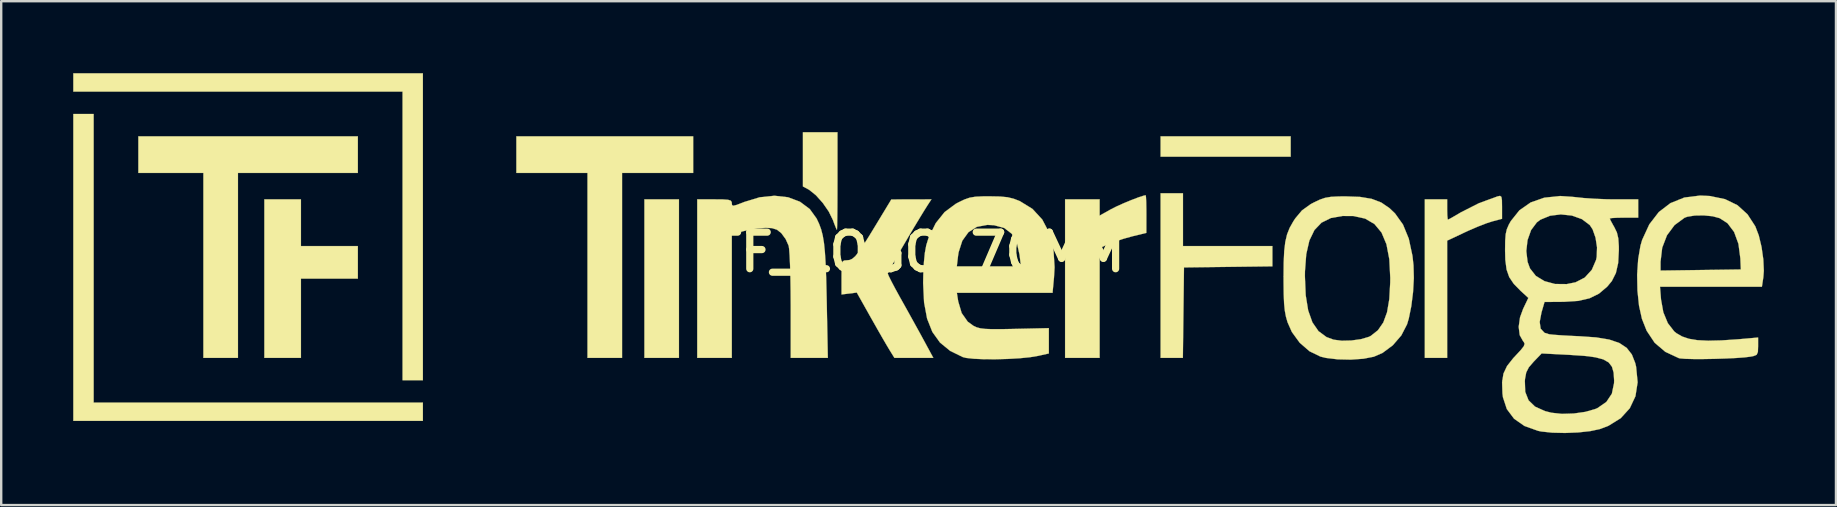
<source format=kicad_pcb>
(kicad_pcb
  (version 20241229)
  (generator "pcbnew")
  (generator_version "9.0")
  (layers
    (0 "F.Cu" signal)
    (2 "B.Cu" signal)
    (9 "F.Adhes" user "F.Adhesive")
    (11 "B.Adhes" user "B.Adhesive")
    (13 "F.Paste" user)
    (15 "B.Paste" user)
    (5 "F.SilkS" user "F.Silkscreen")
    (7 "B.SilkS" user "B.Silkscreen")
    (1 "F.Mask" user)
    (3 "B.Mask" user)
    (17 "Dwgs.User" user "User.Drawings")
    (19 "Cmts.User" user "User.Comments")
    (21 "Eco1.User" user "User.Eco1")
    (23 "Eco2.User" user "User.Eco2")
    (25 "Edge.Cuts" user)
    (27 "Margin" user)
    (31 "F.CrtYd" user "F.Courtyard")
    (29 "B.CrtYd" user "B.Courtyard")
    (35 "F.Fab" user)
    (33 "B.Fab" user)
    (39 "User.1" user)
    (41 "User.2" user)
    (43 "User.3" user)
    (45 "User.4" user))
  (footprint "TF_LOGO_70MM"
    (layer "F.Cu")
    (at 35.226 7.456)
    (property "Reference" "TF_LOGO_70MM" (at 0 0 0) (layer "F.SilkS") (effects (font (size 1.524 1.524) (thickness 0.3))))
    (attr through_hole)
    (fp_poly (pts (xy -9.991 4.403) (xy -11.43 4.403) (xy -11.43 -2.201) (xy -9.991 -2.201) (xy -9.991 4.403)) (stroke (width 0.01) (type solid)) (fill yes) (layer "F.SilkS"))
    (fp_poly (pts (xy 15.494 -3.979) (xy 10.075 -3.979) (xy 10.075 -4.826) (xy 15.494 -4.826) (xy 15.494 -3.979)) (stroke (width 0.01) (type solid)) (fill yes) (layer "F.SilkS"))
    (fp_poly (pts (xy -34.375 6.265) (xy -20.659 6.265) (xy -20.659 7.027) (xy -35.221 7.027) (xy -35.221 -5.757) (xy -34.375 -5.757) (xy -34.375 6.265)) (stroke (width 0.01) (type solid)) (fill yes) (layer "F.SilkS"))
    (fp_poly (pts (xy -20.659 5.334) (xy -21.505 5.334) (xy -21.505 -6.689) (xy -35.221 -6.689) (xy -35.221 -7.451) (xy -20.659 -7.451) (xy -20.659 5.334)) (stroke (width 0.01) (type solid)) (fill yes) (layer "F.SilkS"))
    (fp_poly (pts (xy -25.739 -0.254) (xy -23.368 -0.254) (xy -23.368 1.101) (xy -25.739 1.101) (xy -25.739 4.403) (xy -27.263 4.403) (xy -27.263 -2.201) (xy -25.739 -2.201) (xy -25.739 -0.254)) (stroke (width 0.01) (type solid)) (fill yes) (layer "F.SilkS"))
    (fp_poly (pts (xy -23.368 -3.302) (xy -28.363 -3.302) (xy -28.363 4.403) (xy -29.803 4.403) (xy -29.803 -3.302) (xy -32.512 -3.302) (xy -32.512 -4.826) (xy -23.368 -4.826) (xy -23.368 -3.302)) (stroke (width 0.01) (type solid)) (fill yes) (layer "F.SilkS"))
    (fp_poly (pts (xy -9.398 -3.302) (xy -12.361 -3.302) (xy -12.361 4.403) (xy -13.801 4.403) (xy -13.801 -3.302) (xy -16.764 -3.302) (xy -16.764 -4.826) (xy -9.398 -4.826) (xy -9.398 -3.302)) (stroke (width 0.01) (type solid)) (fill yes) (layer "F.SilkS"))
    (fp_poly (pts (xy 11.007 -0.254) (xy 14.732 -0.254) (xy 14.732 0.589) (xy 11.049 0.635) (xy 11.026 2.519) (xy 11.003 4.403) (xy 10.075 4.403) (xy 10.075 -2.455) (xy 11.007 -2.455) (xy 11.007 -0.254)) (stroke (width 0.01) (type solid)) (fill yes) (layer "F.SilkS"))
    (fp_poly (pts (xy -3.387 -2.963) (xy -3.388 -2.397) (xy -3.39 -1.891) (xy -3.394 -1.47) (xy -3.399 -1.155) (xy -3.405 -0.971) (xy -3.409 -0.931) (xy -3.447 -1.004) (xy -3.521 -1.188) (xy -3.577 -1.341) (xy -3.748 -1.69) (xy -3.999 -2.053) (xy -4.287 -2.374) (xy -4.568 -2.599) (xy -4.604 -2.619) (xy -4.826 -2.738) (xy -4.826 -4.995) (xy -3.387 -4.995) (xy -3.387 -2.963)) (stroke (width 0.01) (type solid)) (fill yes) (layer "F.SilkS"))
    (fp_poly (pts (xy 9.466 -2.292) (xy 9.476 -2.082) (xy 9.481 -1.776) (xy 9.482 -1.587) (xy 9.481 -0.804) (xy 8.911 -0.665) (xy 8.542 -0.563) (xy 8.172 -0.441) (xy 7.938 -0.35) (xy 7.535 -0.175) (xy 7.535 4.403) (xy 6.096 4.403) (xy 6.096 -2.201) (xy 7.535 -2.201) (xy 7.535 -1.523) (xy 7.985 -1.776) (xy 8.222 -1.897) (xy 8.525 -2.034) (xy 8.848 -2.168) (xy 9.144 -2.281) (xy 9.367 -2.354) (xy 9.454 -2.371) (xy 9.466 -2.292)) (stroke (width 0.01) (type solid)) (fill yes) (layer "F.SilkS"))
    (fp_poly (pts (xy 24.272 -2.305) (xy 24.295 -2.167) (xy 24.299 -1.895) (xy 24.299 -1.886) (xy 24.299 -1.39) (xy 23.897 -1.284) (xy 23.637 -1.2) (xy 23.286 -1.063) (xy 22.905 -0.899) (xy 22.754 -0.829) (xy 22.013 -0.48) (xy 22.013 4.403) (xy 21.082 4.403) (xy 21.082 -2.201) (xy 22.013 -2.201) (xy 22.013 -1.778) (xy 22.019 -1.536) (xy 22.034 -1.383) (xy 22.045 -1.355) (xy 22.129 -1.395) (xy 22.316 -1.501) (xy 22.567 -1.649) (xy 22.569 -1.651) (xy 23.337 -2.041) (xy 24.109 -2.323) (xy 24.215 -2.346) (xy 24.272 -2.305)) (stroke (width 0.01) (type solid)) (fill yes) (layer "F.SilkS"))
    (fp_poly (pts (xy 0.38 -1.977) (xy 0.225 -1.732) (xy 0.026 -1.406) (xy -0.203 -1.026) (xy -0.444 -0.619) (xy -0.682 -0.213) (xy -0.901 0.167) (xy -1.085 0.493) (xy -1.219 0.737) (xy -1.287 0.872) (xy -1.292 0.889) (xy -1.252 0.991) (xy -1.144 1.209) (xy -0.983 1.514) (xy -0.785 1.875) (xy -0.744 1.947) (xy -0.49 2.402) (xy -0.22 2.889) (xy 0.032 3.345) (xy 0.205 3.662) (xy 0.606 4.403) (xy -1.014 4.403) (xy -1.211 4.085) (xy -1.326 3.893) (xy -1.502 3.592) (xy -1.716 3.219) (xy -1.946 2.812) (xy -1.996 2.725) (xy -2.582 1.682) (xy -3.217 1.762) (xy -3.217 1.05) (xy -3.215 0.704) (xy -3.203 0.494) (xy -3.169 0.385) (xy -3.105 0.345) (xy -3.006 0.339) (xy -2.885 0.326) (xy -2.771 0.276) (xy -2.648 0.171) (xy -2.5 -0.01) (xy -2.312 -0.285) (xy -2.068 -0.673) (xy -1.82 -1.079) (xy -1.143 -2.197) (xy -0.308 -2.199) (xy 0.527 -2.201) (xy 0.38 -1.977)) (stroke (width 0.01) (type solid)) (fill yes) (layer "F.SilkS"))
    (fp_poly (pts (xy -5.445 -2.288) (xy -4.949 -2.102) (xy -4.542 -1.798) (xy -4.258 -1.406) (xy -4.153 -1.184) (xy -4.068 -0.954) (xy -4.001 -0.695) (xy -3.949 -0.384) (xy -3.91 0.002) (xy -3.88 0.484) (xy -3.857 1.085) (xy -3.839 1.827) (xy -3.834 2.053) (xy -3.788 4.403) (xy -5.334 4.403) (xy -5.334 2.223) (xy -5.338 1.611) (xy -5.347 1.043) (xy -5.362 0.543) (xy -5.38 0.138) (xy -5.402 -0.145) (xy -5.42 -0.265) (xy -5.543 -0.542) (xy -5.721 -0.787) (xy -5.728 -0.794) (xy -5.907 -0.936) (xy -6.116 -1.002) (xy -6.377 -1.016) (xy -6.711 -0.991) (xy -7.093 -0.927) (xy -7.297 -0.878) (xy -7.789 -0.74) (xy -7.789 4.403) (xy -9.229 4.403) (xy -9.229 -2.201) (xy -8.509 -2.201) (xy -8.158 -2.198) (xy -7.944 -2.182) (xy -7.833 -2.148) (xy -7.793 -2.087) (xy -7.789 -2.042) (xy -7.779 -1.961) (xy -7.724 -1.935) (xy -7.59 -1.968) (xy -7.342 -2.063) (xy -7.272 -2.091) (xy -6.627 -2.287) (xy -6.012 -2.351) (xy -5.445 -2.288)) (stroke (width 0.01) (type solid)) (fill yes) (layer "F.SilkS"))
    (fp_poly (pts (xy 3.384 -2.319) (xy 3.698 -2.289) (xy 3.955 -2.227) (xy 4.213 -2.126) (xy 4.215 -2.125) (xy 4.738 -1.802) (xy 5.147 -1.358) (xy 5.439 -0.8) (xy 5.61 -0.136) (xy 5.658 0.627) (xy 5.634 1.052) (xy 5.574 1.693) (xy 1.587 1.693) (xy 1.644 2.053) (xy 1.788 2.537) (xy 2.041 2.896) (xy 2.289 3.075) (xy 2.417 3.132) (xy 2.567 3.172) (xy 2.766 3.196) (xy 3.046 3.207) (xy 3.434 3.207) (xy 3.96 3.197) (xy 4 3.196) (xy 5.419 3.164) (xy 5.419 4.219) (xy 4.974 4.319) (xy 4.633 4.376) (xy 4.198 4.419) (xy 3.706 4.447) (xy 3.199 4.461) (xy 2.715 4.459) (xy 2.294 4.44) (xy 1.975 4.405) (xy 1.837 4.371) (xy 1.306 4.111) (xy 0.884 3.765) (xy 0.566 3.321) (xy 0.347 2.768) (xy 0.221 2.092) (xy 0.182 1.284) (xy 0.189 0.935) (xy 0.206 0.593) (xy 1.585 0.593) (xy 4.257 0.593) (xy 4.2 0.112) (xy 4.086 -0.397) (xy 3.874 -0.768) (xy 3.559 -1.009) (xy 3.133 -1.124) (xy 2.855 -1.137) (xy 2.42 -1.056) (xy 2.07 -0.833) (xy 1.814 -0.477) (xy 1.66 0.003) (xy 1.636 0.161) (xy 1.585 0.593) (xy 0.206 0.593) (xy 0.215 0.416) (xy 0.255 0.022) (xy 0.313 -0.291) (xy 0.399 -0.567) (xy 0.417 -0.617) (xy 0.709 -1.212) (xy 1.077 -1.671) (xy 1.541 -2.015) (xy 1.649 -2.073) (xy 1.903 -2.195) (xy 2.122 -2.271) (xy 2.362 -2.311) (xy 2.678 -2.326) (xy 2.957 -2.327) (xy 3.384 -2.319)) (stroke (width 0.01) (type solid)) (fill yes) (layer "F.SilkS"))
    (fp_poly (pts (xy 32.954 -2.34) (xy 33.587 -2.21) (xy 34.106 -1.958) (xy 34.527 -1.575) (xy 34.85 -1.078) (xy 34.996 -0.696) (xy 35.111 -0.215) (xy 35.184 0.299) (xy 35.206 0.778) (xy 35.185 1.046) (xy 35.126 1.439) (xy 30.88 1.439) (xy 30.923 1.971) (xy 31.019 2.504) (xy 31.207 2.958) (xy 31.471 3.299) (xy 31.566 3.376) (xy 31.802 3.512) (xy 32.086 3.608) (xy 32.439 3.666) (xy 32.884 3.688) (xy 33.442 3.675) (xy 34.134 3.629) (xy 34.523 3.595) (xy 34.967 3.555) (xy 34.967 3.925) (xy 34.959 4.157) (xy 34.907 4.274) (xy 34.77 4.329) (xy 34.65 4.352) (xy 34.399 4.383) (xy 34.04 4.409) (xy 33.612 4.429) (xy 33.15 4.444) (xy 32.692 4.452) (xy 32.276 4.452) (xy 31.939 4.443) (xy 31.716 4.425) (xy 31.665 4.414) (xy 31.104 4.153) (xy 30.66 3.776) (xy 30.325 3.274) (xy 30.128 2.777) (xy 30.007 2.233) (xy 29.941 1.602) (xy 29.928 0.939) (xy 29.964 0.398) (xy 30.903 0.398) (xy 30.903 0.766) (xy 32.575 0.743) (xy 34.248 0.72) (xy 34.228 0.259) (xy 34.148 -0.348) (xy 33.968 -0.84) (xy 33.695 -1.204) (xy 33.367 -1.417) (xy 33.071 -1.497) (xy 32.701 -1.533) (xy 32.327 -1.527) (xy 32.014 -1.476) (xy 31.902 -1.434) (xy 31.486 -1.128) (xy 31.171 -0.704) (xy 30.972 -0.186) (xy 30.903 0.398) (xy 29.964 0.398) (xy 29.97 0.298) (xy 30.066 -0.266) (xy 30.135 -0.507) (xy 30.435 -1.159) (xy 30.832 -1.674) (xy 31.32 -2.047) (xy 31.895 -2.277) (xy 32.552 -2.359) (xy 32.954 -2.34)) (stroke (width 0.01) (type solid)) (fill yes) (layer "F.SilkS"))
    (fp_poly (pts (xy 18.382 -2.303) (xy 18.869 -2.222) (xy 19.268 -2.069) (xy 19.613 -1.833) (xy 19.842 -1.614) (xy 20.173 -1.151) (xy 20.414 -0.565) (xy 20.568 0.154) (xy 20.611 0.55) (xy 20.625 1.078) (xy 20.592 1.666) (xy 20.519 2.25) (xy 20.414 2.767) (xy 20.343 3.004) (xy 20.104 3.467) (xy 19.749 3.878) (xy 19.322 4.196) (xy 18.96 4.354) (xy 18.524 4.439) (xy 17.999 4.476) (xy 17.456 4.464) (xy 16.964 4.405) (xy 16.734 4.349) (xy 16.279 4.128) (xy 15.871 3.774) (xy 15.544 3.326) (xy 15.364 2.921) (xy 15.297 2.687) (xy 15.25 2.438) (xy 15.22 2.136) (xy 15.204 1.747) (xy 15.198 1.235) (xy 15.198 1.058) (xy 15.198 1.009) (xy 16.087 1.009) (xy 16.12 1.791) (xy 16.223 2.426) (xy 16.399 2.923) (xy 16.653 3.29) (xy 16.988 3.537) (xy 17.282 3.645) (xy 17.621 3.689) (xy 18.024 3.679) (xy 18.422 3.624) (xy 18.746 3.529) (xy 18.83 3.488) (xy 19.128 3.253) (xy 19.352 2.931) (xy 19.509 2.504) (xy 19.603 1.954) (xy 19.641 1.264) (xy 19.643 1.07) (xy 19.604 0.297) (xy 19.484 -0.33) (xy 19.279 -0.818) (xy 18.984 -1.173) (xy 18.594 -1.4) (xy 18.105 -1.506) (xy 17.658 -1.509) (xy 17.17 -1.424) (xy 16.78 -1.231) (xy 16.483 -0.921) (xy 16.273 -0.486) (xy 16.143 0.084) (xy 16.089 0.797) (xy 16.087 1.009) (xy 15.198 1.009) (xy 15.203 0.437) (xy 15.225 -0.047) (xy 15.27 -0.428) (xy 15.343 -0.739) (xy 15.451 -1.012) (xy 15.602 -1.28) (xy 15.686 -1.408) (xy 15.963 -1.739) (xy 16.32 -1.996) (xy 16.456 -2.069) (xy 16.71 -2.19) (xy 16.931 -2.265) (xy 17.175 -2.306) (xy 17.497 -2.322) (xy 17.768 -2.325) (xy 18.382 -2.303)) (stroke (width 0.01) (type solid)) (fill yes) (layer "F.SilkS"))
    (fp_poly (pts (xy 27.309 -2.298) (xy 27.69 -2.257) (xy 28.167 -2.225) (xy 28.671 -2.205) (xy 28.982 -2.201) (xy 29.972 -2.201) (xy 29.972 -1.439) (xy 29.379 -1.439) (xy 29.087 -1.434) (xy 28.876 -1.422) (xy 28.787 -1.403) (xy 28.787 -1.402) (xy 28.826 -1.313) (xy 28.925 -1.132) (xy 28.977 -1.042) (xy 29.085 -0.82) (xy 29.143 -0.574) (xy 29.165 -0.242) (xy 29.166 -0.085) (xy 29.137 0.451) (xy 29.043 0.867) (xy 28.873 1.204) (xy 28.679 1.438) (xy 28.337 1.727) (xy 27.949 1.919) (xy 27.478 2.029) (xy 26.886 2.067) (xy 26.857 2.068) (xy 26.07 2.074) (xy 25.944 2.507) (xy 25.868 2.905) (xy 25.908 3.186) (xy 26.068 3.358) (xy 26.264 3.42) (xy 26.461 3.441) (xy 26.78 3.464) (xy 27.174 3.486) (xy 27.524 3.502) (xy 28.219 3.55) (xy 28.767 3.641) (xy 29.186 3.783) (xy 29.493 3.987) (xy 29.708 4.262) (xy 29.849 4.62) (xy 29.885 4.773) (xy 29.948 5.42) (xy 29.858 6) (xy 29.621 6.502) (xy 29.244 6.916) (xy 28.73 7.234) (xy 28.376 7.369) (xy 27.977 7.454) (xy 27.473 7.509) (xy 26.924 7.531) (xy 26.39 7.519) (xy 25.933 7.47) (xy 25.801 7.443) (xy 25.236 7.242) (xy 24.8 6.938) (xy 24.499 6.536) (xy 24.337 6.044) (xy 24.317 5.883) (xy 24.302 5.419) (xy 24.311 5.359) (xy 25.25 5.359) (xy 25.265 5.816) (xy 25.404 6.17) (xy 25.675 6.434) (xy 26.09 6.621) (xy 26.359 6.689) (xy 26.791 6.736) (xy 27.285 6.721) (xy 27.772 6.652) (xy 28.182 6.535) (xy 28.277 6.494) (xy 28.647 6.237) (xy 28.875 5.895) (xy 28.966 5.456) (xy 28.969 5.337) (xy 28.949 5.019) (xy 28.88 4.775) (xy 28.744 4.595) (xy 28.519 4.466) (xy 28.186 4.378) (xy 27.724 4.319) (xy 27.113 4.278) (xy 27.093 4.277) (xy 25.95 4.218) (xy 25.619 4.561) (xy 25.415 4.797) (xy 25.307 5.011) (xy 25.256 5.286) (xy 25.25 5.359) (xy 24.311 5.359) (xy 24.359 5.058) (xy 24.508 4.742) (xy 24.768 4.413) (xy 24.854 4.321) (xy 25.081 4.077) (xy 25.204 3.92) (xy 25.24 3.818) (xy 25.206 3.74) (xy 25.177 3.708) (xy 25.036 3.456) (xy 24.993 3.111) (xy 25.049 2.714) (xy 25.177 2.363) (xy 25.396 1.905) (xy 25.072 1.609) (xy 24.788 1.319) (xy 24.599 1.039) (xy 24.488 0.721) (xy 24.436 0.318) (xy 24.427 -0.045) (xy 25.31 -0.045) (xy 25.364 0.405) (xy 25.464 0.677) (xy 25.708 0.988) (xy 26.068 1.207) (xy 26.507 1.325) (xy 26.992 1.33) (xy 27.363 1.255) (xy 27.746 1.057) (xy 28.04 0.734) (xy 28.218 0.321) (xy 28.243 0.196) (xy 28.257 -0.2) (xy 28.195 -0.603) (xy 28.073 -0.951) (xy 27.956 -1.129) (xy 27.627 -1.377) (xy 27.208 -1.526) (xy 26.748 -1.574) (xy 26.296 -1.518) (xy 25.901 -1.355) (xy 25.749 -1.241) (xy 25.51 -0.921) (xy 25.362 -0.505) (xy 25.31 -0.045) (xy 24.427 -0.045) (xy 24.426 -0.085) (xy 24.431 -0.476) (xy 24.452 -0.75) (xy 24.499 -0.957) (xy 24.582 -1.148) (xy 24.667 -1.298) (xy 25.024 -1.745) (xy 25.491 -2.071) (xy 26.059 -2.27) (xy 26.715 -2.34) (xy 27.309 -2.298)) (stroke (width 0.01) (type solid)) (fill yes) (layer "F.SilkS")))
  (gr_rect
    (start -3 -3)
    (end 73.437 17.992)
    (stroke (width 0.1) (type default))
    (fill no)
    (layer "Edge.Cuts")))
</source>
